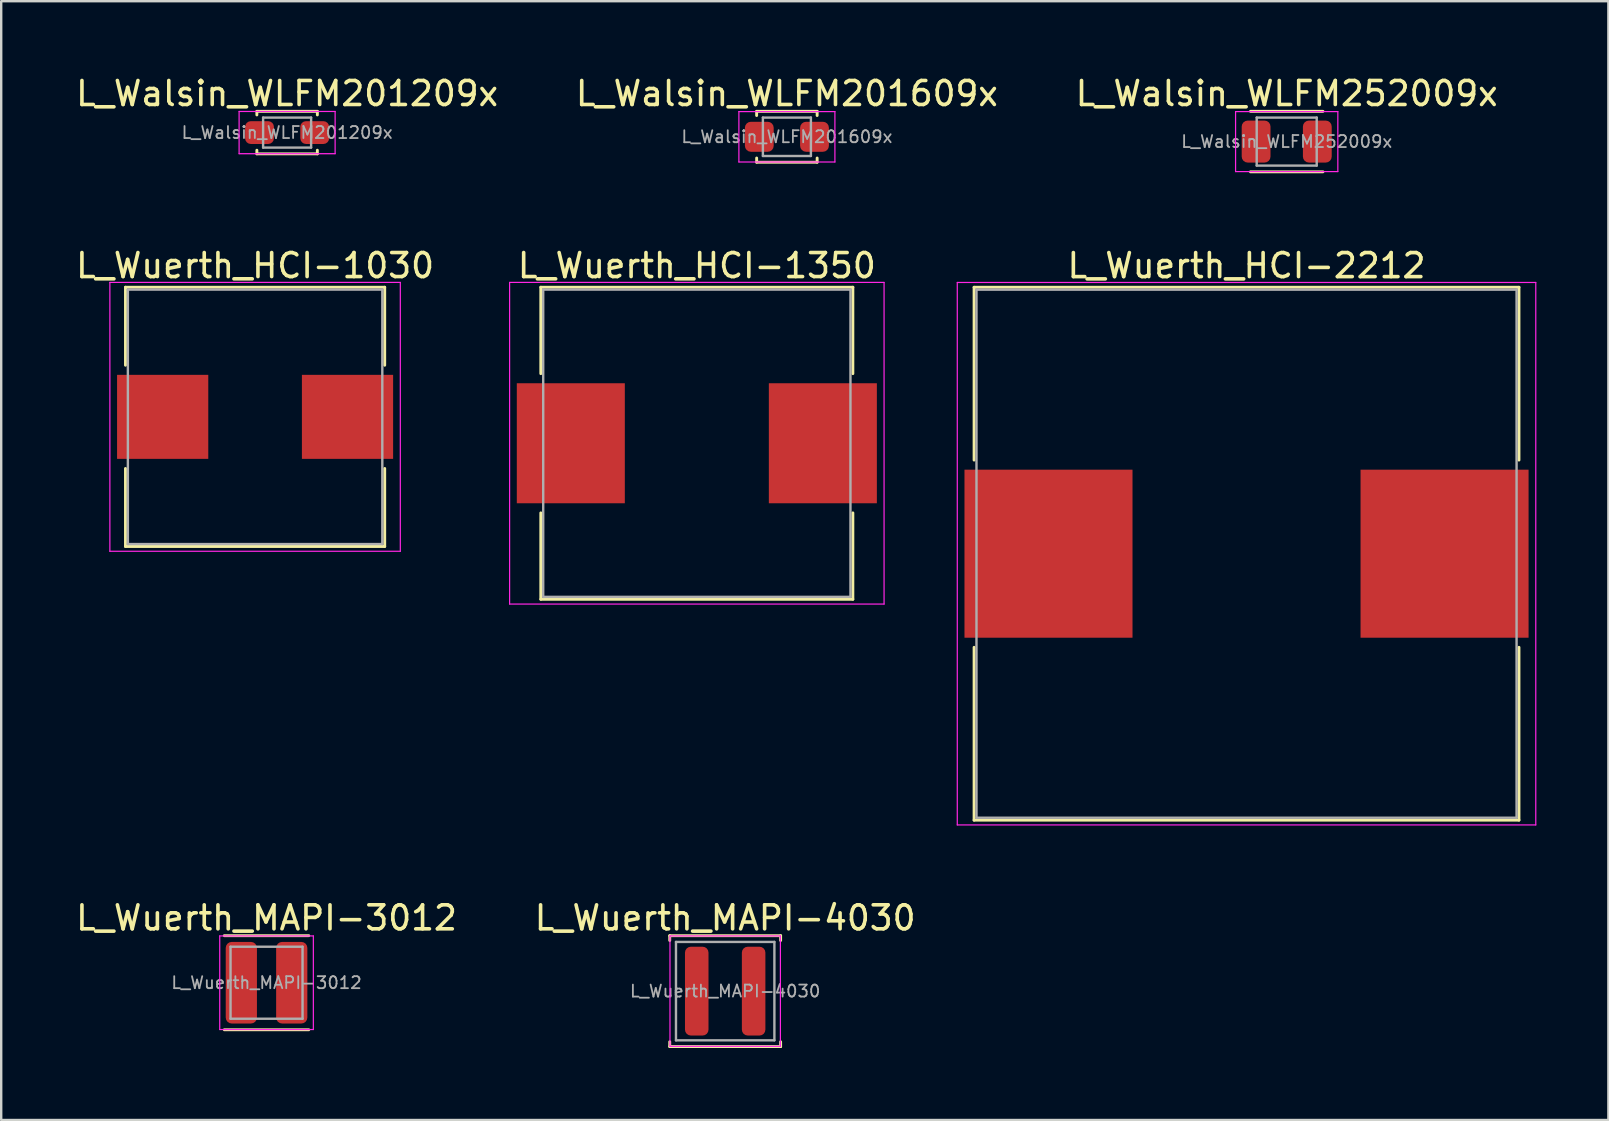
<source format=kicad_pcb>
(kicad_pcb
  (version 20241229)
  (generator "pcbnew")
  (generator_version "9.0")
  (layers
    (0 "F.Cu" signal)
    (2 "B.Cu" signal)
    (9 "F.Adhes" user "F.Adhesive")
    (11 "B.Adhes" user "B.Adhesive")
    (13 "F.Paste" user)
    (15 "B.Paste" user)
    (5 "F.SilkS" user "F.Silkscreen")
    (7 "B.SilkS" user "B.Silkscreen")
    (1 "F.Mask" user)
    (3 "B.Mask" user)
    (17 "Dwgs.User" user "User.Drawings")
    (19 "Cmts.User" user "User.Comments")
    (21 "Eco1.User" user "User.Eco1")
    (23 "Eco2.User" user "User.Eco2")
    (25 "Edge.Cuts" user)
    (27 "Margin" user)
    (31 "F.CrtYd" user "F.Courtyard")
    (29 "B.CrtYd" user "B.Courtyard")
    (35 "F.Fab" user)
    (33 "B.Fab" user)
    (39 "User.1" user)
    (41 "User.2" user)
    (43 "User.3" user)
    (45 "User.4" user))
  (footprint "L_Wuerth_MAPI-3012"
    (layer "F.Cu")
    (at 8.054 37.89)
    (property "Reference" "L_Wuerth_MAPI-3012" (at 0 -2.7 0) (layer "F.SilkS") (effects (font (size 1 1) (thickness 0.15))))
    (attr smd)
    (fp_line (start -1.76 -1.96) (end 1.76 -1.96) (stroke (width 0.12) (type solid)) (layer "F.SilkS"))
    (fp_line (start -1.76 1.96) (end 1.76 1.96) (stroke (width 0.12) (type solid)) (layer "F.SilkS"))
    (fp_line (start -1.95 -1.95) (end -1.95 1.95) (stroke (width 0.05) (type solid)) (layer "F.CrtYd"))
    (fp_line (start -1.95 1.95) (end 1.95 1.95) (stroke (width 0.05) (type solid)) (layer "F.CrtYd"))
    (fp_line (start 1.95 -1.95) (end -1.95 -1.95) (stroke (width 0.05) (type solid)) (layer "F.CrtYd"))
    (fp_line (start 1.95 1.95) (end 1.95 -1.95) (stroke (width 0.05) (type solid)) (layer "F.CrtYd"))
    (fp_line (start -1.5 -1.5) (end -1.5 1.5) (stroke (width 0.1) (type solid)) (layer "F.Fab"))
    (fp_line (start -1.5 1.5) (end 1.5 1.5) (stroke (width 0.1) (type solid)) (layer "F.Fab"))
    (fp_line (start 1.5 -1.5) (end -1.5 -1.5) (stroke (width 0.1) (type solid)) (layer "F.Fab"))
    (fp_line (start 1.5 1.5) (end 1.5 -1.5) (stroke (width 0.1) (type solid)) (layer "F.Fab"))
    (fp_text user "${REFERENCE}" (at 0 0 0) (layer "F.Fab") (effects (font (size 0.5 0.5) (thickness 0.075))))
    (pad "1" smd roundrect (at -1.05 0) (size 1.3 3.4) (layers "F.Cu" "F.Mask" "F.Paste") (roundrect_rratio 0.192))
    (pad "2" smd roundrect (at 1.05 0) (size 1.3 3.4) (layers "F.Cu" "F.Mask" "F.Paste") (roundrect_rratio 0.192)))
  (footprint "L_Walsin_WLFM252009x"
    (layer "F.Cu")
    (at 50.554 2.848)
    (property "Reference" "L_Walsin_WLFM252009x" (at 0 -2 0) (layer "F.SilkS") (effects (font (size 1 1) (thickness 0.15))))
    (attr smd)
    (fp_line (start -1.51 -1.26) (end 1.51 -1.26) (stroke (width 0.12) (type solid)) (layer "F.SilkS"))
    (fp_line (start -1.51 1.26) (end 1.51 1.26) (stroke (width 0.12) (type solid)) (layer "F.SilkS"))
    (fp_line (start -2.13 -1.25) (end -2.13 1.25) (stroke (width 0.05) (type solid)) (layer "F.CrtYd"))
    (fp_line (start -2.13 1.25) (end 2.13 1.25) (stroke (width 0.05) (type solid)) (layer "F.CrtYd"))
    (fp_line (start 2.13 -1.25) (end -2.13 -1.25) (stroke (width 0.05) (type solid)) (layer "F.CrtYd"))
    (fp_line (start 2.13 1.25) (end 2.13 -1.25) (stroke (width 0.05) (type solid)) (layer "F.CrtYd"))
    (fp_line (start -1.25 -1) (end -1.25 1) (stroke (width 0.1) (type solid)) (layer "F.Fab"))
    (fp_line (start -1.25 1) (end 1.25 1) (stroke (width 0.1) (type solid)) (layer "F.Fab"))
    (fp_line (start 1.25 -1) (end -1.25 -1) (stroke (width 0.1) (type solid)) (layer "F.Fab"))
    (fp_line (start 1.25 1) (end 1.25 -1) (stroke (width 0.1) (type solid)) (layer "F.Fab"))
    (fp_text user "${REFERENCE}" (at 0 0 0) (layer "F.Fab") (effects (font (size 0.5 0.5) (thickness 0.075))))
    (pad "1" smd roundrect (at -1.275 0) (size 1.2 1.75) (layers "F.Cu" "F.Mask" "F.Paste") (roundrect_rratio 0.208))
    (pad "2" smd roundrect (at 1.275 0) (size 1.2 1.75) (layers "F.Cu" "F.Mask" "F.Paste") (roundrect_rratio 0.208)))
  (footprint "L_Walsin_WLFM201209x"
    (layer "F.Cu")
    (at 8.911 2.473)
    (property "Reference" "L_Walsin_WLFM201209x" (at 0 -1.625 0) (layer "F.SilkS") (effects (font (size 1 1) (thickness 0.15))))
    (attr smd)
    (fp_line (start -1.26 -0.885) (end -1.26 -0.735) (stroke (width 0.12) (type solid)) (layer "F.SilkS"))
    (fp_line (start -1.26 -0.885) (end 1.26 -0.885) (stroke (width 0.12) (type solid)) (layer "F.SilkS"))
    (fp_line (start -1.26 0.885) (end -1.26 0.735) (stroke (width 0.12) (type solid)) (layer "F.SilkS"))
    (fp_line (start -1.26 0.885) (end 1.26 0.885) (stroke (width 0.12) (type solid)) (layer "F.SilkS"))
    (fp_line (start 1.26 -0.885) (end 1.26 -0.735) (stroke (width 0.12) (type solid)) (layer "F.SilkS"))
    (fp_line (start 1.26 0.885) (end 1.26 0.735) (stroke (width 0.12) (type solid)) (layer "F.SilkS"))
    (fp_line (start -2 -0.88) (end -2 0.88) (stroke (width 0.05) (type solid)) (layer "F.CrtYd"))
    (fp_line (start -2 0.88) (end 2 0.88) (stroke (width 0.05) (type solid)) (layer "F.CrtYd"))
    (fp_line (start 2 -0.88) (end -2 -0.88) (stroke (width 0.05) (type solid)) (layer "F.CrtYd"))
    (fp_line (start 2 0.88) (end 2 -0.88) (stroke (width 0.05) (type solid)) (layer "F.CrtYd"))
    (fp_line (start -1 -0.625) (end -1 0.625) (stroke (width 0.1) (type solid)) (layer "F.Fab"))
    (fp_line (start -1 0.625) (end 1 0.625) (stroke (width 0.1) (type solid)) (layer "F.Fab"))
    (fp_line (start 1 -0.625) (end -1 -0.625) (stroke (width 0.1) (type solid)) (layer "F.Fab"))
    (fp_line (start 1 0.625) (end 1 -0.625) (stroke (width 0.1) (type solid)) (layer "F.Fab"))
    (fp_text user "${REFERENCE}" (at 0 0 0) (layer "F.Fab") (effects (font (size 0.5 0.5) (thickness 0.075))))
    (pad "1" smd roundrect (at -1.15 0) (size 1.2 0.95) (layers "F.Cu" "F.Mask" "F.Paste") (roundrect_rratio 0.25))
    (pad "2" smd roundrect (at 1.15 0) (size 1.2 0.95) (layers "F.Cu" "F.Mask" "F.Paste") (roundrect_rratio 0.25)))
  (footprint "L_Wuerth_MAPI-4030"
    (layer "F.Cu")
    (at 27.161 38.24)
    (property "Reference" "L_Wuerth_MAPI-4030" (at 0 -3.05 0) (layer "F.SilkS") (effects (font (size 1 1) (thickness 0.15))))
    (attr smd)
    (fp_line (start -2.31 -2.31) (end -2.31 -2.11) (stroke (width 0.12) (type solid)) (layer "F.SilkS"))
    (fp_line (start -2.31 -2.31) (end 2.31 -2.31) (stroke (width 0.12) (type solid)) (layer "F.SilkS"))
    (fp_line (start -2.31 2.31) (end -2.31 2.11) (stroke (width 0.12) (type solid)) (layer "F.SilkS"))
    (fp_line (start -2.31 2.31) (end 2.31 2.31) (stroke (width 0.12) (type solid)) (layer "F.SilkS"))
    (fp_line (start 2.31 -2.31) (end 2.31 -2.11) (stroke (width 0.12) (type solid)) (layer "F.SilkS"))
    (fp_line (start 2.31 2.31) (end 2.31 2.11) (stroke (width 0.12) (type solid)) (layer "F.SilkS"))
    (fp_line (start -2.3 -2.3) (end -2.3 2.3) (stroke (width 0.05) (type solid)) (layer "F.CrtYd"))
    (fp_line (start -2.3 2.3) (end 2.3 2.3) (stroke (width 0.05) (type solid)) (layer "F.CrtYd"))
    (fp_line (start 2.3 -2.3) (end -2.3 -2.3) (stroke (width 0.05) (type solid)) (layer "F.CrtYd"))
    (fp_line (start 2.3 2.3) (end 2.3 -2.3) (stroke (width 0.05) (type solid)) (layer "F.CrtYd"))
    (fp_line (start -2.05 -2.05) (end -2.05 2.05) (stroke (width 0.1) (type solid)) (layer "F.Fab"))
    (fp_line (start -2.05 2.05) (end 2.05 2.05) (stroke (width 0.1) (type solid)) (layer "F.Fab"))
    (fp_line (start 2.05 -2.05) (end -2.05 -2.05) (stroke (width 0.1) (type solid)) (layer "F.Fab"))
    (fp_line (start 2.05 2.05) (end 2.05 -2.05) (stroke (width 0.1) (type solid)) (layer "F.Fab"))
    (fp_text user "${REFERENCE}" (at 0 0 0) (layer "F.Fab") (effects (font (size 0.5 0.5) (thickness 0.075))))
    (pad "1" smd roundrect (at -1.185 0) (size 0.98 3.7) (layers "F.Cu" "F.Mask" "F.Paste") (roundrect_rratio 0.25))
    (pad "2" smd roundrect (at 1.185 0) (size 0.98 3.7) (layers "F.Cu" "F.Mask" "F.Paste") (roundrect_rratio 0.25)))
  (footprint "L_Wuerth_HCI-1030"
    (layer "F.Cu")
    (at 7.577 14.316)
    (property "Reference" "L_Wuerth_HCI-1030" (at 0 -6.3 0) (layer "F.SilkS") (effects (font (size 1 1) (thickness 0.15))))
    (attr smd)
    (fp_line (start -5.4 -5.4) (end 5.4 -5.4) (stroke (width 0.12) (type solid)) (layer "F.SilkS"))
    (fp_line (start -5.4 -2.15) (end -5.4 -5.4) (stroke (width 0.12) (type solid)) (layer "F.SilkS"))
    (fp_line (start -5.4 2.15) (end -5.4 5.4) (stroke (width 0.12) (type solid)) (layer "F.SilkS"))
    (fp_line (start -5.4 5.4) (end 5.4 5.4) (stroke (width 0.12) (type solid)) (layer "F.SilkS"))
    (fp_line (start 5.4 -5.4) (end 5.4 -2.15) (stroke (width 0.12) (type solid)) (layer "F.SilkS"))
    (fp_line (start 5.4 5.4) (end 5.4 2.15) (stroke (width 0.12) (type solid)) (layer "F.SilkS"))
    (fp_line (start -6.05 -5.6) (end -6.05 5.6) (stroke (width 0.05) (type solid)) (layer "F.CrtYd"))
    (fp_line (start -6.05 5.6) (end 6.05 5.6) (stroke (width 0.05) (type solid)) (layer "F.CrtYd"))
    (fp_line (start 6.05 -5.6) (end -6.05 -5.6) (stroke (width 0.05) (type solid)) (layer "F.CrtYd"))
    (fp_line (start 6.05 5.6) (end 6.05 -5.6) (stroke (width 0.05) (type solid)) (layer "F.CrtYd"))
    (fp_line (start -5.3 -5.3) (end -5.3 5.3) (stroke (width 0.1) (type solid)) (layer "F.Fab"))
    (fp_line (start -5.3 5.3) (end 5.3 5.3) (stroke (width 0.1) (type solid)) (layer "F.Fab"))
    (fp_line (start 5.3 -5.3) (end -5.3 -5.3) (stroke (width 0.1) (type solid)) (layer "F.Fab"))
    (fp_line (start 5.3 5.3) (end 5.3 -5.3) (stroke (width 0.1) (type solid)) (layer "F.Fab"))
    (pad "1" smd rect (at -3.85 0) (size 3.8 3.5) (layers "F.Cu" "F.Mask" "F.Paste"))
    (pad "2" smd rect (at 3.85 0) (size 3.8 3.5) (layers "F.Cu" "F.Mask" "F.Paste")))
  (footprint "L_Wuerth_HCI-2212"
    (layer "F.Cu")
    (at 48.88 20.017)
    (property "Reference" "L_Wuerth_HCI-2212" (at 0 -12 0) (layer "F.SilkS") (effects (font (size 1 1) (thickness 0.15))))
    (attr smd)
    (fp_line (start -11.35 -11.1) (end 11.35 -11.1) (stroke (width 0.12) (type solid)) (layer "F.SilkS"))
    (fp_line (start -11.35 -3.9) (end -11.35 -11.1) (stroke (width 0.12) (type solid)) (layer "F.SilkS"))
    (fp_line (start -11.35 3.9) (end -11.35 11.1) (stroke (width 0.12) (type solid)) (layer "F.SilkS"))
    (fp_line (start -11.35 11.1) (end 11.35 11.1) (stroke (width 0.12) (type solid)) (layer "F.SilkS"))
    (fp_line (start 11.35 -11.1) (end 11.35 -3.9) (stroke (width 0.12) (type solid)) (layer "F.SilkS"))
    (fp_line (start 11.35 11.1) (end 11.35 3.9) (stroke (width 0.12) (type solid)) (layer "F.SilkS"))
    (fp_line (start -12.05 -11.3) (end -12.05 11.3) (stroke (width 0.05) (type solid)) (layer "F.CrtYd"))
    (fp_line (start -12.05 11.3) (end 12.05 11.3) (stroke (width 0.05) (type solid)) (layer "F.CrtYd"))
    (fp_line (start 12.05 -11.3) (end -12.05 -11.3) (stroke (width 0.05) (type solid)) (layer "F.CrtYd"))
    (fp_line (start 12.05 11.3) (end 12.05 -11.3) (stroke (width 0.05) (type solid)) (layer "F.CrtYd"))
    (fp_line (start -11.25 -11) (end -11.25 11) (stroke (width 0.1) (type solid)) (layer "F.Fab"))
    (fp_line (start -11.25 11) (end 11.25 11) (stroke (width 0.1) (type solid)) (layer "F.Fab"))
    (fp_line (start 11.25 -11) (end -11.25 -11) (stroke (width 0.1) (type solid)) (layer "F.Fab"))
    (fp_line (start 11.25 11) (end 11.25 -11) (stroke (width 0.1) (type solid)) (layer "F.Fab"))
    (pad "1" smd rect (at -8.25 0) (size 7 7) (layers "F.Cu" "F.Mask" "F.Paste"))
    (pad "2" smd rect (at 8.25 0) (size 7 7) (layers "F.Cu" "F.Mask" "F.Paste")))
  (footprint "L_Walsin_WLFM201609x"
    (layer "F.Cu")
    (at 29.732 2.648)
    (property "Reference" "L_Walsin_WLFM201609x" (at 0 -1.8 0) (layer "F.SilkS") (effects (font (size 1 1) (thickness 0.15))))
    (attr smd)
    (fp_line (start -1.26 -1.06) (end -1.26 -0.885) (stroke (width 0.12) (type solid)) (layer "F.SilkS"))
    (fp_line (start -1.26 -1.06) (end 1.26 -1.06) (stroke (width 0.12) (type solid)) (layer "F.SilkS"))
    (fp_line (start -1.26 1.06) (end -1.26 0.885) (stroke (width 0.12) (type solid)) (layer "F.SilkS"))
    (fp_line (start -1.26 1.06) (end 1.26 1.06) (stroke (width 0.12) (type solid)) (layer "F.SilkS"))
    (fp_line (start 1.26 -1.06) (end 1.26 -0.885) (stroke (width 0.12) (type solid)) (layer "F.SilkS"))
    (fp_line (start 1.26 1.06) (end 1.26 0.885) (stroke (width 0.12) (type solid)) (layer "F.SilkS"))
    (fp_line (start -2 -1.05) (end -2 1.05) (stroke (width 0.05) (type solid)) (layer "F.CrtYd"))
    (fp_line (start -2 1.05) (end 2 1.05) (stroke (width 0.05) (type solid)) (layer "F.CrtYd"))
    (fp_line (start 2 -1.05) (end -2 -1.05) (stroke (width 0.05) (type solid)) (layer "F.CrtYd"))
    (fp_line (start 2 1.05) (end 2 -1.05) (stroke (width 0.05) (type solid)) (layer "F.CrtYd"))
    (fp_line (start -1 -0.8) (end -1 0.8) (stroke (width 0.1) (type solid)) (layer "F.Fab"))
    (fp_line (start -1 0.8) (end 1 0.8) (stroke (width 0.1) (type solid)) (layer "F.Fab"))
    (fp_line (start 1 -0.8) (end -1 -0.8) (stroke (width 0.1) (type solid)) (layer "F.Fab"))
    (fp_line (start 1 0.8) (end 1 -0.8) (stroke (width 0.1) (type solid)) (layer "F.Fab"))
    (fp_text user "${REFERENCE}" (at 0 0 0) (layer "F.Fab") (effects (font (size 0.5 0.5) (thickness 0.075))))
    (pad "1" smd roundrect (at -1.15 0) (size 1.2 1.25) (layers "F.Cu" "F.Mask" "F.Paste") (roundrect_rratio 0.208))
    (pad "2" smd roundrect (at 1.15 0) (size 1.2 1.25) (layers "F.Cu" "F.Mask" "F.Paste") (roundrect_rratio 0.208)))
  (footprint "L_Wuerth_HCI-1350"
    (layer "F.Cu")
    (at 25.98 15.416)
    (property "Reference" "L_Wuerth_HCI-1350" (at 0 -7.4 0) (layer "F.SilkS") (effects (font (size 1 1) (thickness 0.15))))
    (attr smd)
    (fp_line (start -6.5 -6.5) (end 6.5 -6.5) (stroke (width 0.12) (type solid)) (layer "F.SilkS"))
    (fp_line (start -6.5 -2.9) (end -6.5 -6.5) (stroke (width 0.12) (type solid)) (layer "F.SilkS"))
    (fp_line (start -6.5 2.9) (end -6.5 6.5) (stroke (width 0.12) (type solid)) (layer "F.SilkS"))
    (fp_line (start -6.5 6.5) (end 6.5 6.5) (stroke (width 0.12) (type solid)) (layer "F.SilkS"))
    (fp_line (start 6.5 -6.5) (end 6.5 -2.9) (stroke (width 0.12) (type solid)) (layer "F.SilkS"))
    (fp_line (start 6.5 6.5) (end 6.5 2.9) (stroke (width 0.12) (type solid)) (layer "F.SilkS"))
    (fp_line (start -7.8 -6.7) (end -7.8 6.7) (stroke (width 0.05) (type solid)) (layer "F.CrtYd"))
    (fp_line (start -7.8 6.7) (end 7.8 6.7) (stroke (width 0.05) (type solid)) (layer "F.CrtYd"))
    (fp_line (start 7.8 -6.7) (end -7.8 -6.7) (stroke (width 0.05) (type solid)) (layer "F.CrtYd"))
    (fp_line (start 7.8 6.7) (end 7.8 -6.7) (stroke (width 0.05) (type solid)) (layer "F.CrtYd"))
    (fp_line (start -6.4 -6.4) (end -6.4 6.4) (stroke (width 0.1) (type solid)) (layer "F.Fab"))
    (fp_line (start -6.4 6.4) (end 6.4 6.4) (stroke (width 0.1) (type solid)) (layer "F.Fab"))
    (fp_line (start 6.4 -6.4) (end -6.4 -6.4) (stroke (width 0.1) (type solid)) (layer "F.Fab"))
    (fp_line (start 6.4 6.4) (end 6.4 -6.4) (stroke (width 0.1) (type solid)) (layer "F.Fab"))
    (pad "1" smd rect (at -5.25 0) (size 4.5 5) (layers "F.Cu" "F.Mask" "F.Paste"))
    (pad "2" smd rect (at 5.25 0) (size 4.5 5) (layers "F.Cu" "F.Mask" "F.Paste")))
  (gr_rect
    (start -3 -3)
    (end 63.955 43.61)
    (stroke (width 0.1) (type default))
    (fill no)
    (layer "Edge.Cuts")))
</source>
